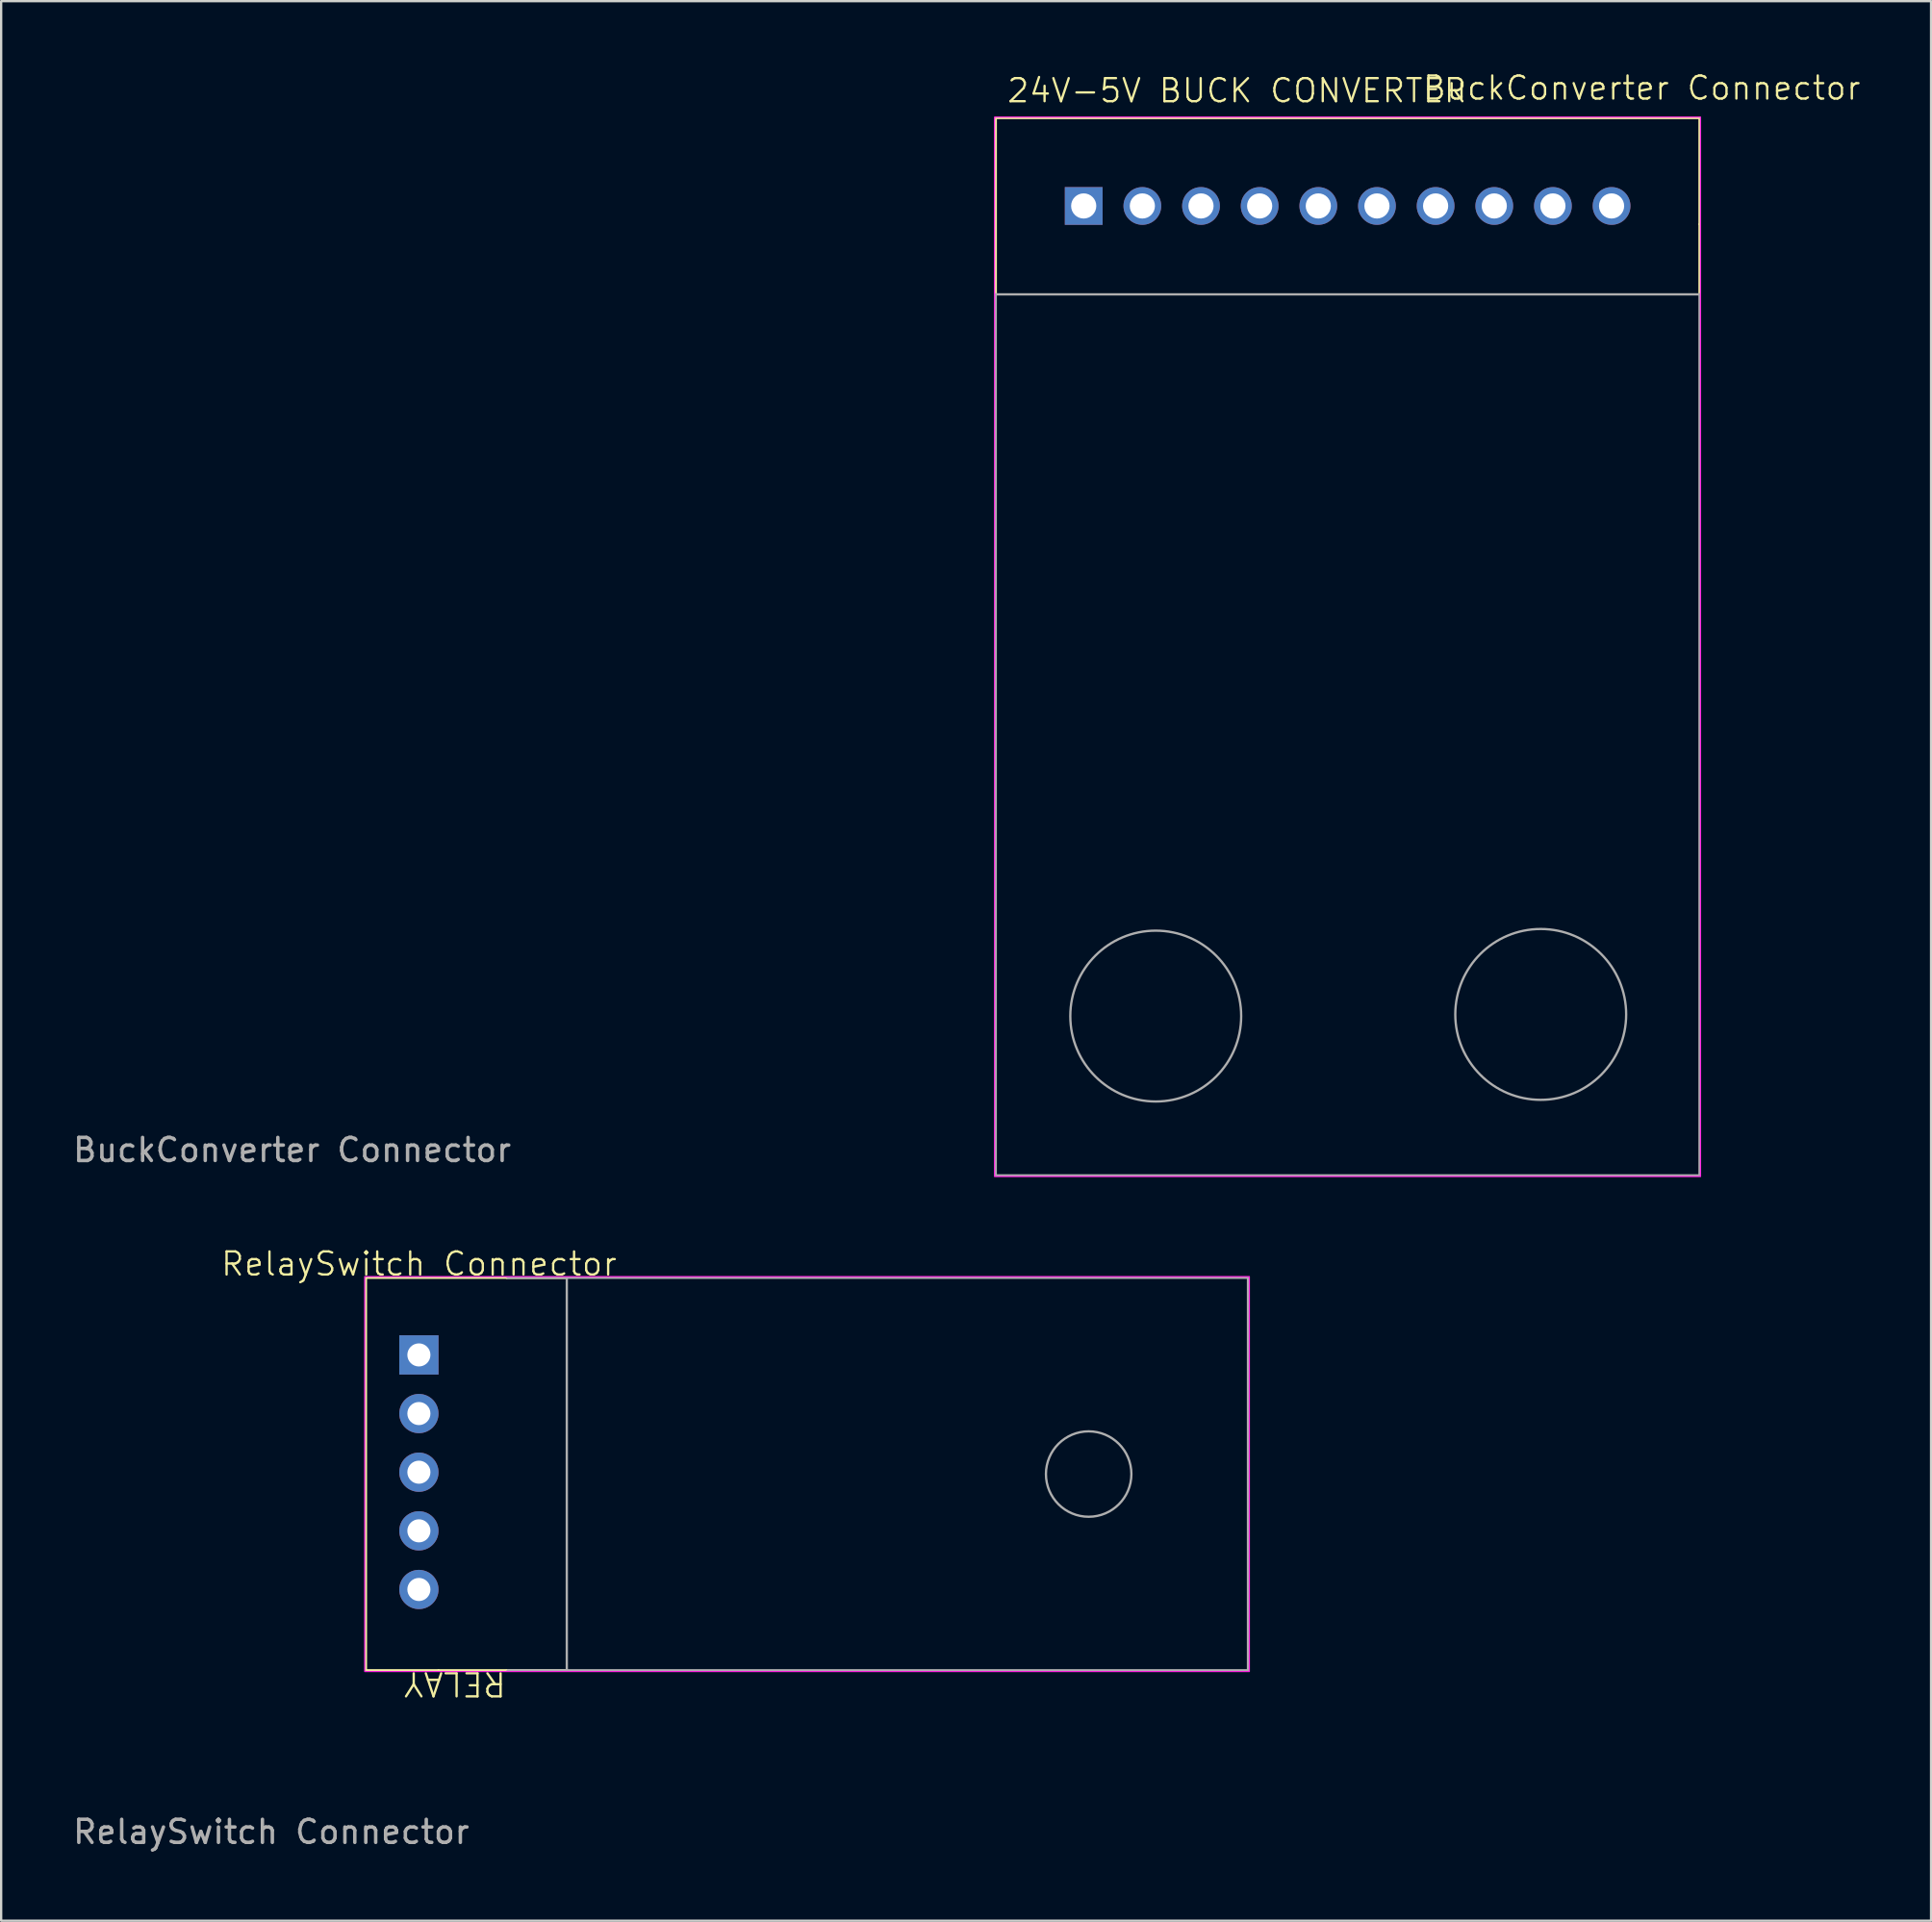
<source format=kicad_pcb>
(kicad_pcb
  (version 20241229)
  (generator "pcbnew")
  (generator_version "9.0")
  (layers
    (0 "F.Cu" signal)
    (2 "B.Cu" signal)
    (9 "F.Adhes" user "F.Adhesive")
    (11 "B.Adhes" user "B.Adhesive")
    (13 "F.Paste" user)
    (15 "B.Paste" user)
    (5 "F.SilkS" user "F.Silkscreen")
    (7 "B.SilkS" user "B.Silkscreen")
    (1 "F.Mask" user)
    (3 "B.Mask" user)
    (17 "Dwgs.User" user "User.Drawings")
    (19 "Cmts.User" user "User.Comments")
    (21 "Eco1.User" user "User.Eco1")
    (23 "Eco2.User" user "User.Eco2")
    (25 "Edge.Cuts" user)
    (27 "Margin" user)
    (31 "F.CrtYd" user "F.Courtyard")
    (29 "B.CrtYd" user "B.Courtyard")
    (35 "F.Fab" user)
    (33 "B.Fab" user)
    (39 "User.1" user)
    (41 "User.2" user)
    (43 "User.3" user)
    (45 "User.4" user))
  (footprint "BuckConverter Connector"
    (layer "F.Cu")
    (at 9.601 44.261)
    (property "Reference" "BuckConverter Connector" (at 58.45 -43.5 0) (unlocked yes) (layer "F.SilkS") (effects (font (size 1 1) (thickness 0.1))))
    (attr through_hole)
    (fp_line (start 30.471 -42.2) (end 60.95 -42.2) (stroke (width 0.1) (type default)) (layer "F.SilkS"))
    (fp_line (start 30.471 -34.561) (end 30.471 -42.2) (stroke (width 0.1) (type default)) (layer "F.SilkS"))
    (fp_line (start 60.95 -42.2) (end 60.95 -37.6) (stroke (width 0.1) (type default)) (layer "F.SilkS"))
    (fp_line (start 60.95 -37.6) (end 60.95 -34.561) (stroke (width 0.1) (type default)) (layer "F.SilkS"))
    (fp_rect (start 30.419 -42.239) (end 60.993 3.651) (stroke (width 0.05) (type default)) (fill no) (layer "F.CrtYd"))
    (fp_line (start 30.47 3.6) (end 30.47 -34.561) (stroke (width 0.1) (type default)) (layer "F.Fab"))
    (fp_line (start 60.95 -34.561) (end 30.471 -34.561) (stroke (width 0.1) (type default)) (layer "F.Fab"))
    (fp_line (start 60.95 -34.561) (end 60.95 3.6) (stroke (width 0.1) (type default)) (layer "F.Fab"))
    (fp_line (start 60.95 3.6) (end 30.47 3.6) (stroke (width 0.1) (type default)) (layer "F.Fab"))
    (fp_circle (center 37.4 -3.3) (end 41.1 -3.3) (stroke (width 0.1) (type default)) (fill no) (layer "F.Fab"))
    (fp_circle (center 54.072 -3.372) (end 57.772 -3.372) (stroke (width 0.1) (type default)) (fill no) (layer "F.Fab"))
    (fp_text user "24V-5V BUCK CONVERTER" (at 30.9 -42.8 0) (unlocked yes) (layer "F.SilkS") (effects (font (size 1 1) (thickness 0.1)) (justify left bottom)))
    (fp_text user "${REFERENCE}" (at 0 2.5 0) (unlocked yes) (layer "F.Fab") (effects (font (size 1 1) (thickness 0.15))))
    (pad "1" thru_hole rect (at 34.28 -38.39) (size 1.635 1.635) (drill 1.09) (layers "*.Cu" "*.Mask"))
    (pad "2" thru_hole circle (at 36.82 -38.39) (size 1.635 1.635) (drill 1.09) (layers "*.Cu" "*.Mask"))
    (pad "3" thru_hole circle (at 39.36 -38.39) (size 1.635 1.635) (drill 1.09) (layers "*.Cu" "*.Mask"))
    (pad "4" thru_hole circle (at 41.9 -38.39) (size 1.635 1.635) (drill 1.09) (layers "*.Cu" "*.Mask"))
    (pad "5" thru_hole circle (at 44.44 -38.39) (size 1.635 1.635) (drill 1.09) (layers "*.Cu" "*.Mask"))
    (pad "6" thru_hole circle (at 46.98 -38.39) (size 1.635 1.635) (drill 1.09) (layers "*.Cu" "*.Mask"))
    (pad "7" thru_hole circle (at 49.52 -38.39) (size 1.635 1.635) (drill 1.09) (layers "*.Cu" "*.Mask"))
    (pad "8" thru_hole circle (at 52.06 -38.39) (size 1.635 1.635) (drill 1.09) (layers "*.Cu" "*.Mask"))
    (pad "9" thru_hole circle (at 54.6 -38.39) (size 1.635 1.635) (drill 1.09) (layers "*.Cu" "*.Mask"))
    (pad "10" thru_hole circle (at 57.14 -38.39) (size 1.635 1.635) (drill 1.09) (layers "*.Cu" "*.Mask")))
  (footprint "RelaySwitch Connector"
    (layer "F.Cu")
    (at 8.696 73.797)
    (property "Reference" "RelaySwitch Connector" (at 6.4 -22.1 0) (unlocked yes) (layer "F.SilkS") (effects (font (size 1 1) (thickness 0.1))))
    (attr through_hole)
    (fp_line (start 4.1 -21.501) (end 4.1 -4.499) (stroke (width 0.1) (type default)) (layer "F.SilkS"))
    (fp_line (start 4.1 -21.501) (end 10.2 -21.501) (stroke (width 0.1) (type default)) (layer "F.SilkS"))
    (fp_line (start 4.1 -4.499) (end 7.244 -4.499) (stroke (width 0.1) (type default)) (layer "F.SilkS"))
    (fp_line (start 7.244 -4.499) (end 10.2 -4.499) (stroke (width 0.1) (type default)) (layer "F.SilkS"))
    (fp_line (start 10.2 -4.499) (end 12.8 -4.499) (stroke (width 0.1) (type default)) (layer "F.SilkS"))
    (fp_line (start 12.8 -21.5) (end 10.2 -21.5) (stroke (width 0.1) (type default)) (layer "F.SilkS"))
    (fp_rect (start 4.048 -21.552) (end 42.359 -4.446) (stroke (width 0.05) (type default)) (fill no) (layer "F.CrtYd"))
    (fp_line (start 10.236 -21.501) (end 42.3 -21.501) (stroke (width 0.1) (type default)) (layer "F.Fab"))
    (fp_line (start 12.8 -4.499) (end 12.8 -21.5) (stroke (width 0.1) (type default)) (layer "F.Fab"))
    (fp_line (start 42.3 -21.501) (end 42.3 -4.499) (stroke (width 0.1) (type default)) (layer "F.Fab"))
    (fp_line (start 42.3 -4.499) (end 10.236 -4.499) (stroke (width 0.1) (type default)) (layer "F.Fab"))
    (fp_circle (center 35.4 -12.999) (end 37.25 -12.999) (stroke (width 0.1) (type default)) (fill no) (layer "F.Fab"))
    (fp_text user "RELAY" (at 10.236 -4.499 180) (unlocked yes) (layer "F.SilkS") (effects (font (size 1 1) (thickness 0.1)) (justify left bottom)))
    (fp_text user "${REFERENCE}" (at 0 2.5 0) (unlocked yes) (layer "F.Fab") (effects (font (size 1 1) (thickness 0.15))))
    (pad "1" thru_hole rect (at 6.395 -18.159) (size 1.7 1.7) (drill 1) (layers "*.Cu" "*.Mask"))
    (pad "2" thru_hole oval (at 6.395 -15.619) (size 1.7 1.7) (drill 1) (layers "*.Cu" "*.Mask"))
    (pad "3" thru_hole oval (at 6.395 -13.079) (size 1.7 1.7) (drill 1) (layers "*.Cu" "*.Mask"))
    (pad "4" thru_hole oval (at 6.395 -10.539) (size 1.7 1.7) (drill 1) (layers "*.Cu" "*.Mask"))
    (pad "5" thru_hole oval (at 6.395 -7.999) (size 1.7 1.7) (drill 1) (layers "*.Cu" "*.Mask")))
  (gr_rect
    (start -3 -3)
    (end 80.577 80.145)
    (stroke (width 0.1) (type default))
    (fill no)
    (layer "Edge.Cuts")))
</source>
